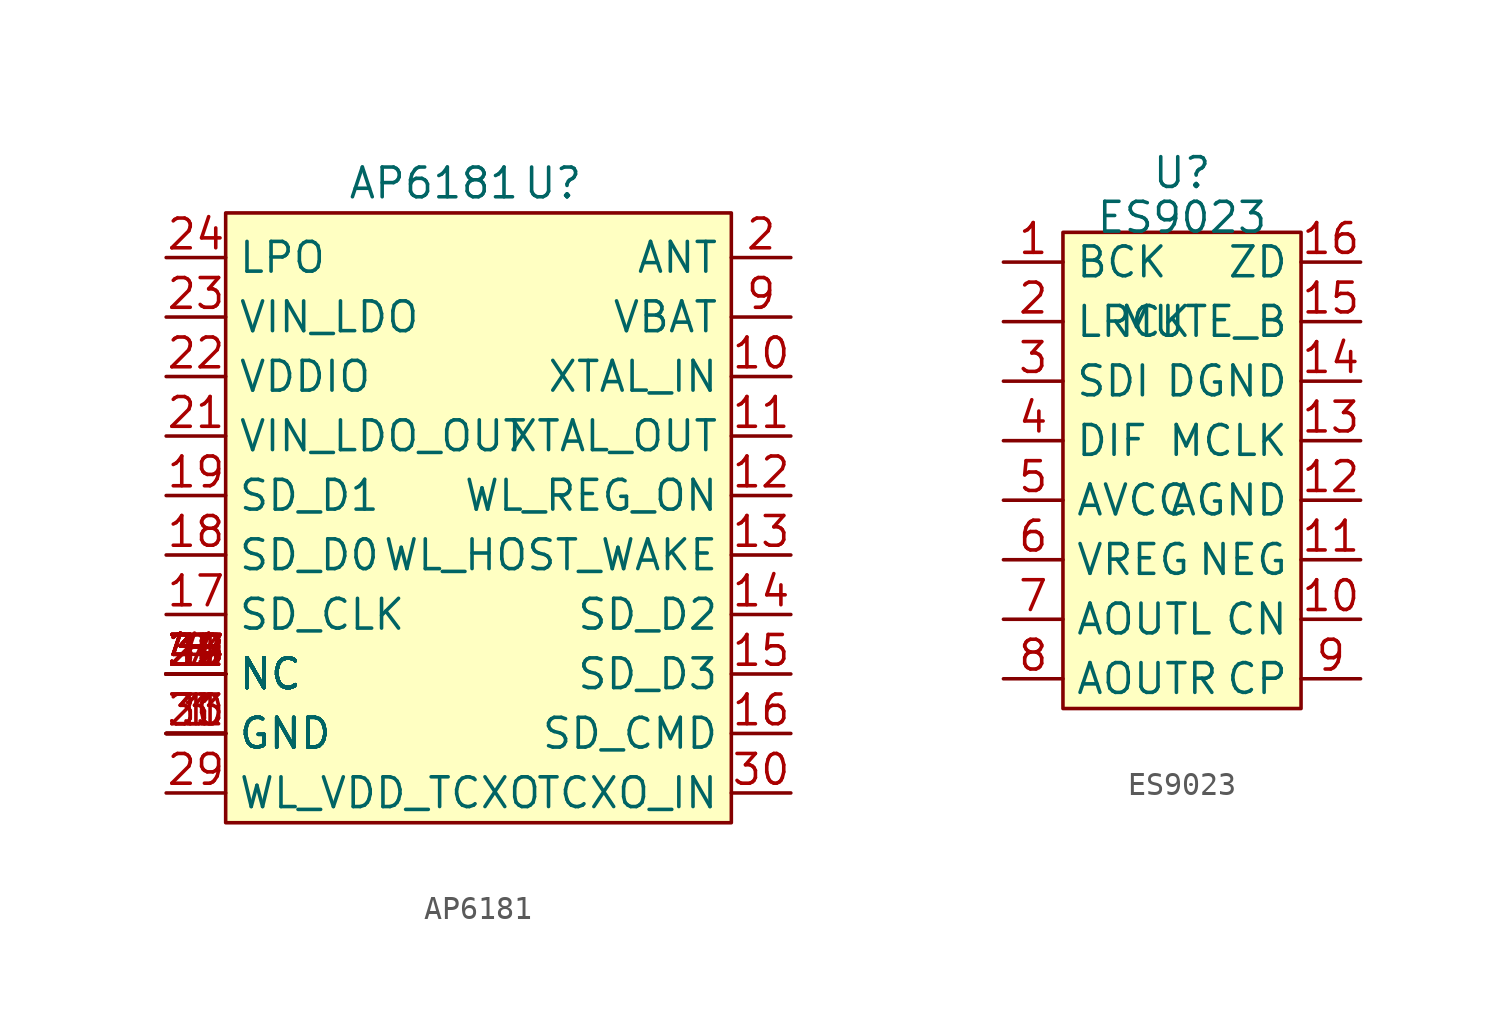
<source format=kicad_sym>
(kicad_symbol_lib
  (version 20220914)
  (generator kicad_symbol_editor)
  (symbol "AP6181"
    (property "Reference" "U"
      (at 3.175 0.635 0)
      (effects (font (size 1.27 1.27))))
    (property "Value" "AP6181"
      (at -1.905 0.635 0)
      (effects (font (size 1.27 1.27))))
    (property "Footprint" ""
      (at 0 1.27 0)
      (effects (font (size 1.27 1.27))))
    (property "Datasheet" ""
      (at 0 1.27 0)
      (effects (font (size 1.27 1.27))))
    (symbol "AP6181_0_1"
      (rectangle (start -10.795 -0.635) (end 10.795 -26.67) (stroke (width 0) (type default)) (fill (type background))))
    (symbol "AP6181_1_1"
      (pin passive line (at -13.335 -22.86 0) (length 2.54) (name "GND" (effects (font (size 1.27 1.27)))) (number "1" (effects (font (size 1.27 1.27)))))
      (pin input line (at 13.335 -7.62 180) (length 2.54) (name "XTAL_IN" (effects (font (size 1.27 1.27)))) (number "10" (effects (font (size 1.27 1.27)))))
      (pin output line (at 13.335 -10.16 180) (length 2.54) (name "XTAL_OUT" (effects (font (size 1.27 1.27)))) (number "11" (effects (font (size 1.27 1.27)))))
      (pin input line (at 13.335 -12.7 180) (length 2.54) (name "WL_REG_ON" (effects (font (size 1.27 1.27)))) (number "12" (effects (font (size 1.27 1.27)))))
      (pin output line (at 13.335 -15.24 180) (length 2.54) (name "WL_HOST_WAKE" (effects (font (size 1.27 1.27)))) (number "13" (effects (font (size 1.27 1.27)))))
      (pin bidirectional line (at 13.335 -17.78 180) (length 2.54) (name "SD_D2" (effects (font (size 1.27 1.27)))) (number "14" (effects (font (size 1.27 1.27)))))
      (pin bidirectional line (at 13.335 -20.32 180) (length 2.54) (name "SD_D3" (effects (font (size 1.27 1.27)))) (number "15" (effects (font (size 1.27 1.27)))))
      (pin bidirectional line (at 13.335 -22.86 180) (length 2.54) (name "SD_CMD" (effects (font (size 1.27 1.27)))) (number "16" (effects (font (size 1.27 1.27)))))
      (pin bidirectional line (at -13.335 -17.78 0) (length 2.54) (name "SD_CLK" (effects (font (size 1.27 1.27)))) (number "17" (effects (font (size 1.27 1.27)))))
      (pin bidirectional line (at -13.335 -15.24 0) (length 2.54) (name "SD_D0" (effects (font (size 1.27 1.27)))) (number "18" (effects (font (size 1.27 1.27)))))
      (pin bidirectional line (at -13.335 -12.7 0) (length 2.54) (name "SD_D1" (effects (font (size 1.27 1.27)))) (number "19" (effects (font (size 1.27 1.27)))))
      (pin bidirectional line (at 13.335 -2.54 180) (length 2.54) (name "ANT" (effects (font (size 1.27 1.27)))) (number "2" (effects (font (size 1.27 1.27)))))
      (pin passive line (at -13.335 -22.86 0) (length 2.54) (name "GND" (effects (font (size 1.27 1.27)))) (number "20" (effects (font (size 1.27 1.27)))))
      (pin passive line (at -13.335 -10.16 0) (length 2.54) (name "VIN_LDO_OUT" (effects (font (size 1.27 1.27)))) (number "21" (effects (font (size 1.27 1.27)))))
      (pin passive line (at -13.335 -7.62 0) (length 2.54) (name "VDDIO" (effects (font (size 1.27 1.27)))) (number "22" (effects (font (size 1.27 1.27)))))
      (pin passive line (at -13.335 -5.08 0) (length 2.54) (name "VIN_LDO" (effects (font (size 1.27 1.27)))) (number "23" (effects (font (size 1.27 1.27)))))
      (pin input line (at -13.335 -2.54 0) (length 2.54) (name "LPO" (effects (font (size 1.27 1.27)))) (number "24" (effects (font (size 1.27 1.27)))))
      (pin passive line (at -13.335 -20.32 0) (length 2.54) (name "NC" (effects (font (size 1.27 1.27)))) (number "25" (effects (font (size 1.27 1.27)))))
      (pin passive line (at -13.335 -20.32 0) (length 2.54) (name "NC" (effects (font (size 1.27 1.27)))) (number "26" (effects (font (size 1.27 1.27)))))
      (pin passive line (at -13.335 -20.32 0) (length 2.54) (name "NC" (effects (font (size 1.27 1.27)))) (number "27" (effects (font (size 1.27 1.27)))))
      (pin passive line (at -13.335 -20.32 0) (length 2.54) (name "NC" (effects (font (size 1.27 1.27)))) (number "28" (effects (font (size 1.27 1.27)))))
      (pin passive line (at -13.335 -25.4 0) (length 2.54) (name "WL_VDD_TCXO" (effects (font (size 1.27 1.27)))) (number "29" (effects (font (size 1.27 1.27)))))
      (pin passive line (at -13.335 -22.86 0) (length 2.54) (name "GND" (effects (font (size 1.27 1.27)))) (number "3" (effects (font (size 1.27 1.27)))))
      (pin passive line (at 13.335 -25.4 180) (length 2.54) (name "TCXO_IN" (effects (font (size 1.27 1.27)))) (number "30" (effects (font (size 1.27 1.27)))))
      (pin passive line (at -13.335 -22.86 0) (length 2.54) (name "GND" (effects (font (size 1.27 1.27)))) (number "31" (effects (font (size 1.27 1.27)))))
      (pin passive line (at -13.335 -20.32 0) (length 2.54) (name "NC" (effects (font (size 1.27 1.27)))) (number "32" (effects (font (size 1.27 1.27)))))
      (pin passive line (at -13.335 -22.86 0) (length 2.54) (name "GND" (effects (font (size 1.27 1.27)))) (number "33" (effects (font (size 1.27 1.27)))))
      (pin passive line (at -13.335 -20.32 0) (length 2.54) (name "NC" (effects (font (size 1.27 1.27)))) (number "34" (effects (font (size 1.27 1.27)))))
      (pin passive line (at -13.335 -20.32 0) (length 2.54) (name "NC" (effects (font (size 1.27 1.27)))) (number "35" (effects (font (size 1.27 1.27)))))
      (pin passive line (at -13.335 -20.32 0) (length 2.54) (name "NC" (effects (font (size 1.27 1.27)))) (number "37" (effects (font (size 1.27 1.27)))))
      (pin passive line (at -13.335 -20.32 0) (length 2.54) (name "NC" (effects (font (size 1.27 1.27)))) (number "38" (effects (font (size 1.27 1.27)))))
      (pin passive line (at -13.335 -20.32 0) (length 2.54) (name "NC" (effects (font (size 1.27 1.27)))) (number "39" (effects (font (size 1.27 1.27)))))
      (pin passive line (at -13.335 -20.32 0) (length 2.54) (name "NC" (effects (font (size 1.27 1.27)))) (number "4" (effects (font (size 1.27 1.27)))))
      (pin passive line (at -13.335 -20.32 0) (length 2.54) (name "NC" (effects (font (size 1.27 1.27)))) (number "40" (effects (font (size 1.27 1.27)))))
      (pin passive line (at -13.335 -20.32 0) (length 2.54) (name "NC" (effects (font (size 1.27 1.27)))) (number "41" (effects (font (size 1.27 1.27)))))
      (pin passive line (at -13.335 -20.32 0) (length 2.54) (name "NC" (effects (font (size 1.27 1.27)))) (number "42" (effects (font (size 1.27 1.27)))))
      (pin passive line (at -13.335 -20.32 0) (length 2.54) (name "NC" (effects (font (size 1.27 1.27)))) (number "43" (effects (font (size 1.27 1.27)))))
      (pin passive line (at -13.335 -20.32 0) (length 2.54) (name "NC" (effects (font (size 1.27 1.27)))) (number "44" (effects (font (size 1.27 1.27)))))
      (pin passive line (at -13.335 -20.32 0) (length 2.54) (name "NC" (effects (font (size 1.27 1.27)))) (number "5" (effects (font (size 1.27 1.27)))))
      (pin passive line (at -13.335 -20.32 0) (length 2.54) (name "NC" (effects (font (size 1.27 1.27)))) (number "6" (effects (font (size 1.27 1.27)))))
      (pin passive line (at -13.335 -20.32 0) (length 2.54) (name "NC" (effects (font (size 1.27 1.27)))) (number "7" (effects (font (size 1.27 1.27)))))
      (pin passive line (at -13.335 -20.32 0) (length 2.54) (name "NC" (effects (font (size 1.27 1.27)))) (number "8" (effects (font (size 1.27 1.27)))))
      (pin passive line (at 13.335 -5.08 180) (length 2.54) (name "VBAT" (effects (font (size 1.27 1.27)))) (number "9" (effects (font (size 1.27 1.27)))))))
  (symbol "ES9023"
    (property "Reference" "U"
      (at 0 2.54 0)
      (effects (font (size 1.27 1.27))))
    (property "Value" "ES9023"
      (at 0 0.635 0)
      (effects (font (size 1.27 1.27))))
    (property "Footprint" ""
      (at 0 1.27 0)
      (effects (font (size 1.27 1.27))))
    (property "Datasheet" ""
      (at 0 1.27 0)
      (effects (font (size 1.27 1.27))))
    (symbol "ES9023_0_1"
      (rectangle (start -5.08 0) (end 5.08 -20.32) (stroke (width 0) (type default)) (fill (type background))))
    (symbol "ES9023_1_1"
      (pin input line (at -7.62 -1.27 0) (length 2.54) (name "BCK" (effects (font (size 1.27 1.27)))) (number "1" (effects (font (size 1.27 1.27)))))
      (pin input line (at 7.62 -16.51 180) (length 2.54) (name "CN" (effects (font (size 1.27 1.27)))) (number "10" (effects (font (size 1.27 1.27)))))
      (pin passive line (at 7.62 -13.97 180) (length 2.54) (name "NEG" (effects (font (size 1.27 1.27)))) (number "11" (effects (font (size 1.27 1.27)))))
      (pin passive line (at 7.62 -11.43 180) (length 2.54) (name "AGND" (effects (font (size 1.27 1.27)))) (number "12" (effects (font (size 1.27 1.27)))))
      (pin input line (at 7.62 -8.89 180) (length 2.54) (name "MCLK" (effects (font (size 1.27 1.27)))) (number "13" (effects (font (size 1.27 1.27)))))
      (pin passive line (at 7.62 -6.35 180) (length 2.54) (name "DGND" (effects (font (size 1.27 1.27)))) (number "14" (effects (font (size 1.27 1.27)))))
      (pin input line (at 7.62 -3.81 180) (length 2.54) (name "MUTE_B" (effects (font (size 1.27 1.27)))) (number "15" (effects (font (size 1.27 1.27)))))
      (pin output line (at 7.62 -1.27 180) (length 2.54) (name "ZD" (effects (font (size 1.27 1.27)))) (number "16" (effects (font (size 1.27 1.27)))))
      (pin input line (at -7.62 -3.81 0) (length 2.54) (name "LRCK" (effects (font (size 1.27 1.27)))) (number "2" (effects (font (size 1.27 1.27)))))
      (pin input line (at -7.62 -6.35 0) (length 2.54) (name "SDI" (effects (font (size 1.27 1.27)))) (number "3" (effects (font (size 1.27 1.27)))))
      (pin input line (at -7.62 -8.89 0) (length 2.54) (name "DIF" (effects (font (size 1.27 1.27)))) (number "4" (effects (font (size 1.27 1.27)))))
      (pin passive line (at -7.62 -11.43 0) (length 2.54) (name "AVCC" (effects (font (size 1.27 1.27)))) (number "5" (effects (font (size 1.27 1.27)))))
      (pin passive line (at -7.62 -13.97 0) (length 2.54) (name "VREG" (effects (font (size 1.27 1.27)))) (number "6" (effects (font (size 1.27 1.27)))))
      (pin output line (at -7.62 -16.51 0) (length 2.54) (name "AOUTL" (effects (font (size 1.27 1.27)))) (number "7" (effects (font (size 1.27 1.27)))))
      (pin output line (at -7.62 -19.05 0) (length 2.54) (name "AOUTR" (effects (font (size 1.27 1.27)))) (number "8" (effects (font (size 1.27 1.27)))))
      (pin input line (at 7.62 -19.05 180) (length 2.54) (name "CP" (effects (font (size 1.27 1.27)))) (number "9" (effects (font (size 1.27 1.27))))))))
</source>
